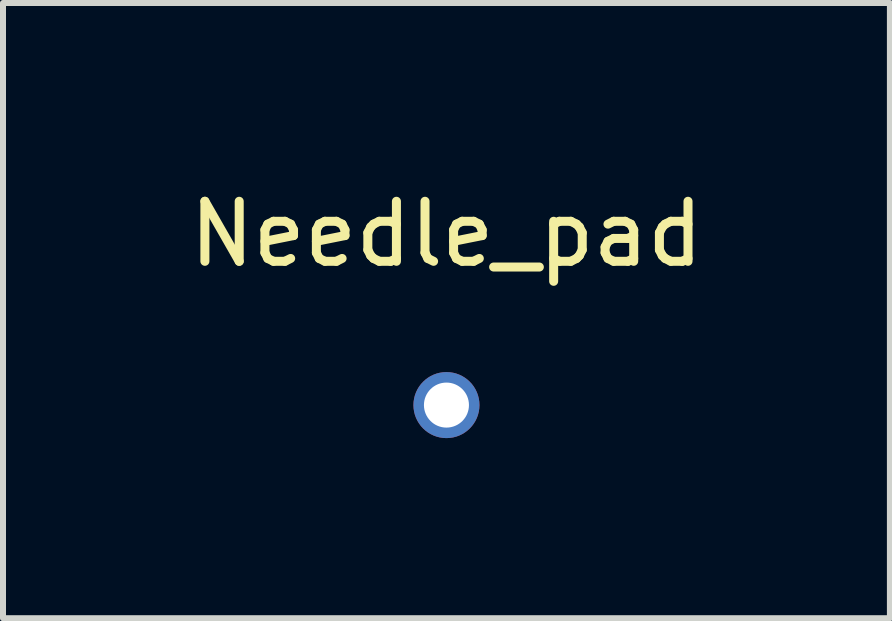
<source format=kicad_pcb>
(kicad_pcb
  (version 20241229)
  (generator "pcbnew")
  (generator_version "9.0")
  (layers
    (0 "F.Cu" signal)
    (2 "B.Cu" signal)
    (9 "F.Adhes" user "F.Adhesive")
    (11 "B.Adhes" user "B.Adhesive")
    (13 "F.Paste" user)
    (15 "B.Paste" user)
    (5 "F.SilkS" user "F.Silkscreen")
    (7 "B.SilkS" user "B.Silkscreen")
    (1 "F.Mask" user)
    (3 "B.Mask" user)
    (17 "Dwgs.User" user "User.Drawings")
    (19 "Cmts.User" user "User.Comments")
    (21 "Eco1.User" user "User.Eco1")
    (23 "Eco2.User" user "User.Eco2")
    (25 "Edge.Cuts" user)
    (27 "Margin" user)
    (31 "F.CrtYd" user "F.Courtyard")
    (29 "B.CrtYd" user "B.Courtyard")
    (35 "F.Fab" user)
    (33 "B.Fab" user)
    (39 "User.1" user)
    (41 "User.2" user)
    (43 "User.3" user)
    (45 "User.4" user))
  (footprint "Needle_pad"
    (layer "F.Cu")
    (at 4.387 3.698)
    (property "Reference" "Needle_pad" (at 0 -2.85 0) (layer "F.SilkS") (effects (font (size 1 1) (thickness 0.15))))
    (attr exclude_from_pos_files exclude_from_bom)
    (pad "1" thru_hole circle (at 0 0) (size 0.8 0.8) (drill 0.75) (layers "*.Cu" "*.Mask"))
    (pad "1" connect circle (at 0 0) (size 1.1 1.1) (layers "F.Cu" "F.Mask"))
    (pad "1" connect circle (at 0 0) (size 1.1 1.1) (layers "B.Cu" "B.Mask")))
  (gr_rect
    (start -3 -3)
    (end 11.774 7.248)
    (stroke (width 0.1) (type default))
    (fill no)
    (layer "Edge.Cuts")))
</source>
